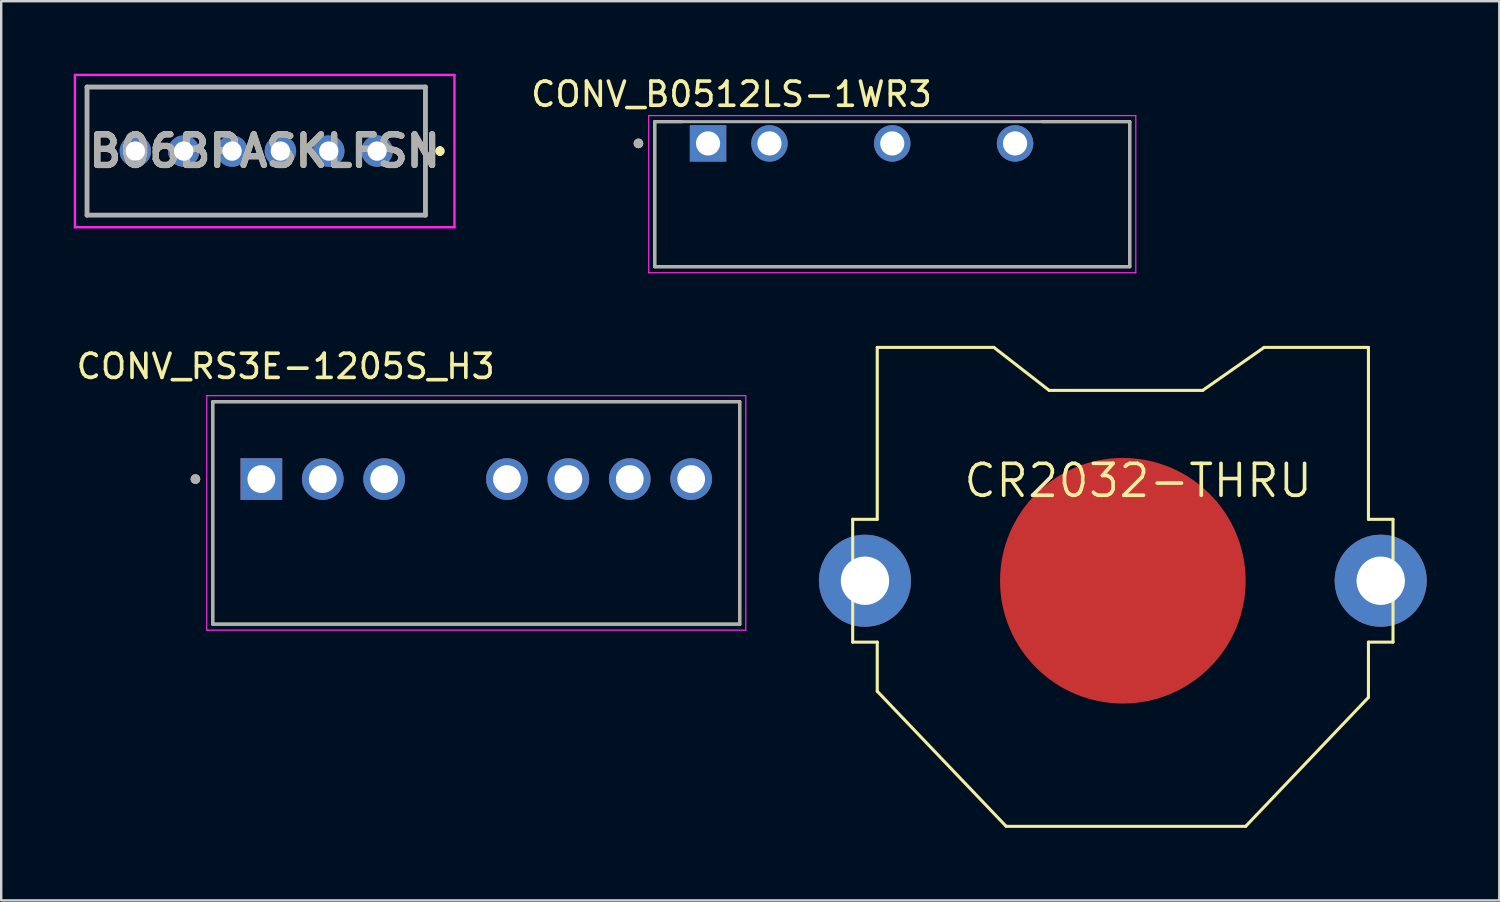
<source format=kicad_pcb>
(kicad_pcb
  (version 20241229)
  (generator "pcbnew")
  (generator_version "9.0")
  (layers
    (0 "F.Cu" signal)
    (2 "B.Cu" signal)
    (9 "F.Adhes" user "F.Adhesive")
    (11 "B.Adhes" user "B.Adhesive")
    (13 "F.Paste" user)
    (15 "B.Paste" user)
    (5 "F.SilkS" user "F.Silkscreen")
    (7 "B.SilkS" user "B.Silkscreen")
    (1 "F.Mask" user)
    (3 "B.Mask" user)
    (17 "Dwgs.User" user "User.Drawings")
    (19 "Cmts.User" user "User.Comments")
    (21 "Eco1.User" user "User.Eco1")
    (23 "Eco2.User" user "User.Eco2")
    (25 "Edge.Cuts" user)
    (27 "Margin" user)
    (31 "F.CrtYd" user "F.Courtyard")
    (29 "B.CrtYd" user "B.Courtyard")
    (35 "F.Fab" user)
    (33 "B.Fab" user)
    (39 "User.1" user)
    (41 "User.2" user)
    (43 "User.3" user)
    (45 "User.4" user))
  (footprint "B06BPASKLFSN"
    (layer "F.Cu")
    (at 12.55 3.2)
    (property "Reference" "B06BPASKLFSN" (at -4.65 0 0) (layer "F.SilkS") (effects (font (size 1.27 1.27) (thickness 0.254))))
    (attr through_hole)
    (fp_line (start -12 -2.65) (end 2 -2.65) (stroke (width 0.1) (type solid)) (layer "F.SilkS"))
    (fp_line (start -12 2.65) (end -12 -2.65) (stroke (width 0.1) (type solid)) (layer "F.SilkS"))
    (fp_line (start 2 -2.65) (end 2 2.65) (stroke (width 0.1) (type solid)) (layer "F.SilkS"))
    (fp_line (start 2 2.65) (end -12 2.65) (stroke (width 0.1) (type solid)) (layer "F.SilkS"))
    (fp_line (start 2.6 -0.1) (end 2.6 -0.1) (stroke (width 0.2) (type solid)) (layer "F.SilkS"))
    (fp_line (start 2.6 0.1) (end 2.6 0.1) (stroke (width 0.2) (type solid)) (layer "F.SilkS"))
    (fp_arc (start 2.6 -0.1) (mid 2.7 0) (end 2.6 0.1) (stroke (width 0.2) (type solid)) (layer "F.SilkS"))
    (fp_arc (start 2.6 0.1) (mid 2.5 0) (end 2.6 -0.1) (stroke (width 0.2) (type solid)) (layer "F.SilkS"))
    (fp_line (start -12.5 -3.15) (end 3.2 -3.15) (stroke (width 0.1) (type solid)) (layer "F.CrtYd"))
    (fp_line (start -12.5 3.15) (end -12.5 -3.15) (stroke (width 0.1) (type solid)) (layer "F.CrtYd"))
    (fp_line (start 3.2 -3.15) (end 3.2 3.15) (stroke (width 0.1) (type solid)) (layer "F.CrtYd"))
    (fp_line (start 3.2 3.15) (end -12.5 3.15) (stroke (width 0.1) (type solid)) (layer "F.CrtYd"))
    (fp_line (start -12 -2.65) (end 2 -2.65) (stroke (width 0.2) (type solid)) (layer "F.Fab"))
    (fp_line (start -12 2.65) (end -12 -2.65) (stroke (width 0.2) (type solid)) (layer "F.Fab"))
    (fp_line (start 2 -2.65) (end 2 2.65) (stroke (width 0.2) (type solid)) (layer "F.Fab"))
    (fp_line (start 2 2.65) (end -12 2.65) (stroke (width 0.2) (type solid)) (layer "F.Fab"))
    (fp_text user "${REFERENCE}" (at -4.65 0 0) (layer "F.Fab") (effects (font (size 1.27 1.27) (thickness 0.254))))
    (pad "1" thru_hole circle (at 0 0) (size 1.3 1.3) (drill 0.8) (layers "*.Cu" "*.Mask"))
    (pad "2" thru_hole circle (at -2 0) (size 1.3 1.3) (drill 0.8) (layers "*.Cu" "*.Mask"))
    (pad "3" thru_hole circle (at -4 0) (size 1.3 1.3) (drill 0.8) (layers "*.Cu" "*.Mask"))
    (pad "4" thru_hole circle (at -6 0) (size 1.3 1.3) (drill 0.8) (layers "*.Cu" "*.Mask"))
    (pad "5" thru_hole circle (at -8 0) (size 1.3 1.3) (drill 0.8) (layers "*.Cu" "*.Mask"))
    (pad "6" thru_hole circle (at -10 0) (size 1.3 1.3) (drill 0.8) (layers "*.Cu" "*.Mask")))
  (footprint "CR2032-THRU"
    (layer "F.Cu")
    (at 43.4 20.974)
    (property "Reference" "CR2032-THRU" (at 0.635 -4.14 0) (layer "F.SilkS") (effects (font (size 1.32 1.32) (thickness 0.15))))
    (attr through_hole)
    (fp_poly (pts (xy -7.62 0) (xy -7.61 0.399) (xy -7.578 0.797) (xy -7.526 1.192) (xy -7.453 1.584) (xy -7.36 1.972) (xy -7.247 2.355) (xy -7.114 2.731) (xy -6.961 3.099) (xy -6.789 3.459) (xy -6.599 3.81) (xy -6.391 4.15) (xy -6.165 4.479) (xy -5.922 4.795) (xy -5.663 5.099) (xy -5.388 5.388) (xy -5.099 5.663) (xy -4.795 5.922) (xy -4.479 6.165) (xy -4.15 6.391) (xy -3.81 6.599) (xy -3.459 6.789) (xy -3.099 6.961) (xy -2.731 7.114) (xy -2.355 7.247) (xy -1.972 7.36) (xy -1.584 7.453) (xy -1.192 7.526) (xy -0.797 7.578) (xy -0.399 7.61) (xy 0 7.62) (xy 0.399 7.61) (xy 0.797 7.578) (xy 1.192 7.526) (xy 1.584 7.453) (xy 1.972 7.36) (xy 2.355 7.247) (xy 2.731 7.114) (xy 3.099 6.961) (xy 3.459 6.789) (xy 3.81 6.599) (xy 4.15 6.391) (xy 4.479 6.165) (xy 4.795 5.922) (xy 5.099 5.663) (xy 5.388 5.388) (xy 5.663 5.099) (xy 5.922 4.795) (xy 6.165 4.479) (xy 6.391 4.15) (xy 6.599 3.81) (xy 6.789 3.459) (xy 6.961 3.099) (xy 7.114 2.731) (xy 7.247 2.355) (xy 7.36 1.972) (xy 7.453 1.584) (xy 7.526 1.192) (xy 7.578 0.797) (xy 7.61 0.399) (xy 7.62 0) (xy 7.61 -0.399) (xy 7.578 -0.797) (xy 7.526 -1.192) (xy 7.453 -1.584) (xy 7.36 -1.972) (xy 7.247 -2.355) (xy 7.114 -2.731) (xy 6.961 -3.099) (xy 6.789 -3.459) (xy 6.599 -3.81) (xy 6.391 -4.15) (xy 6.165 -4.479) (xy 5.922 -4.795) (xy 5.663 -5.099) (xy 5.388 -5.388) (xy 5.099 -5.663) (xy 4.795 -5.922) (xy 4.479 -6.165) (xy 4.15 -6.391) (xy 3.81 -6.599) (xy 3.459 -6.789) (xy 3.099 -6.961) (xy 2.731 -7.114) (xy 2.355 -7.247) (xy 1.972 -7.36) (xy 1.584 -7.453) (xy 1.192 -7.526) (xy 0.797 -7.578) (xy 0.399 -7.61) (xy 0 -7.62) (xy -0.399 -7.61) (xy -0.797 -7.578) (xy -1.192 -7.526) (xy -1.584 -7.453) (xy -1.972 -7.36) (xy -2.355 -7.247) (xy -2.731 -7.114) (xy -3.099 -6.961) (xy -3.459 -6.789) (xy -3.81 -6.599) (xy -4.15 -6.391) (xy -4.479 -6.165) (xy -4.795 -5.922) (xy -5.099 -5.663) (xy -5.388 -5.388) (xy -5.663 -5.099) (xy -5.922 -4.795) (xy -6.165 -4.479) (xy -6.391 -4.15) (xy -6.599 -3.81) (xy -6.789 -3.459) (xy -6.961 -3.099) (xy -7.114 -2.731) (xy -7.247 -2.355) (xy -7.36 -1.972) (xy -7.453 -1.584) (xy -7.526 -1.192) (xy -7.578 -0.797) (xy -7.61 -0.399) (xy -7.62 0)) (stroke (width 0.127) (type solid)) (fill yes) (layer "F.Mask"))
    (fp_line (start -11.176 -2.54) (end -11.176 2.54) (stroke (width 0.127) (type solid)) (layer "F.SilkS"))
    (fp_line (start -11.176 2.54) (end -10.16 2.54) (stroke (width 0.127) (type solid)) (layer "F.SilkS"))
    (fp_line (start -10.16 -9.652) (end -10.16 -2.54) (stroke (width 0.127) (type solid)) (layer "F.SilkS"))
    (fp_line (start -10.16 -2.54) (end -11.176 -2.54) (stroke (width 0.127) (type solid)) (layer "F.SilkS"))
    (fp_line (start -10.16 2.54) (end -10.16 4.572) (stroke (width 0.127) (type solid)) (layer "F.SilkS"))
    (fp_line (start -10.16 4.572) (end -4.826 10.16) (stroke (width 0.127) (type solid)) (layer "F.SilkS"))
    (fp_line (start -5.334 -9.652) (end -10.16 -9.652) (stroke (width 0.127) (type solid)) (layer "F.SilkS"))
    (fp_line (start -4.826 10.16) (end 5.08 10.16) (stroke (width 0.127) (type solid)) (layer "F.SilkS"))
    (fp_line (start -3.048 -7.874) (end -5.334 -9.652) (stroke (width 0.127) (type solid)) (layer "F.SilkS"))
    (fp_line (start 3.302 -7.874) (end -3.048 -7.874) (stroke (width 0.127) (type solid)) (layer "F.SilkS"))
    (fp_line (start 5.08 10.16) (end 10.16 4.826) (stroke (width 0.127) (type solid)) (layer "F.SilkS"))
    (fp_line (start 5.842 -9.652) (end 3.302 -7.874) (stroke (width 0.127) (type solid)) (layer "F.SilkS"))
    (fp_line (start 10.16 -9.652) (end 5.842 -9.652) (stroke (width 0.127) (type solid)) (layer "F.SilkS"))
    (fp_line (start 10.16 -2.54) (end 10.16 -9.652) (stroke (width 0.127) (type solid)) (layer "F.SilkS"))
    (fp_line (start 10.16 2.54) (end 11.176 2.54) (stroke (width 0.127) (type solid)) (layer "F.SilkS"))
    (fp_line (start 10.16 4.826) (end 10.16 2.54) (stroke (width 0.127) (type solid)) (layer "F.SilkS"))
    (fp_line (start 11.176 -2.54) (end 10.16 -2.54) (stroke (width 0.127) (type solid)) (layer "F.SilkS"))
    (fp_line (start 11.176 2.54) (end 11.176 -2.54) (stroke (width 0.127) (type solid)) (layer "F.SilkS"))
    (pad "+1" thru_hole circle (at -10.668 0) (size 3.81 3.81) (drill 2) (layers "*.Cu" "*.Mask"))
    (pad "+2" thru_hole circle (at 10.668 0) (size 3.81 3.81) (drill 2) (layers "*.Cu" "*.Mask"))
    (pad "-" smd circle (at 0 0) (size 10.16 10.16) (layers "F.Cu" "F.Mask" "F.Paste")))
  (footprint "CONV_B0512LS-1WR3"
    (layer "F.Cu")
    (at 33.861 4.983)
    (property "Reference" "CONV_B0512LS-1WR3" (at -6.65 -4.135 0) (layer "F.SilkS") (effects (font (size 1 1) (thickness 0.15))))
    (attr through_hole)
    (fp_line (start -9.825 -3) (end -8.7 -3) (stroke (width 0.127) (type solid)) (layer "F.SilkS"))
    (fp_line (start -9.825 3) (end -9.825 -3) (stroke (width 0.127) (type solid)) (layer "F.SilkS"))
    (fp_line (start 6.2 -3) (end 9.825 -3) (stroke (width 0.127) (type solid)) (layer "F.SilkS"))
    (fp_line (start 9.825 -3) (end 9.825 3) (stroke (width 0.127) (type solid)) (layer "F.SilkS"))
    (fp_line (start 9.825 3) (end -9.825 3) (stroke (width 0.127) (type solid)) (layer "F.SilkS"))
    (fp_circle (center -10.5 -2.1) (end -10.4 -2.1) (stroke (width 0.2) (type solid)) (fill no) (layer "F.SilkS"))
    (fp_line (start -10.075 -3.25) (end 10.075 -3.25) (stroke (width 0.05) (type solid)) (layer "F.CrtYd"))
    (fp_line (start -10.075 3.25) (end -10.075 -3.25) (stroke (width 0.05) (type solid)) (layer "F.CrtYd"))
    (fp_line (start 10.075 -3.25) (end 10.075 3.25) (stroke (width 0.05) (type solid)) (layer "F.CrtYd"))
    (fp_line (start 10.075 3.25) (end -10.075 3.25) (stroke (width 0.05) (type solid)) (layer "F.CrtYd"))
    (fp_line (start -9.825 -3) (end -9.825 3) (stroke (width 0.127) (type solid)) (layer "F.Fab"))
    (fp_line (start -9.825 -3) (end 9.825 -3) (stroke (width 0.127) (type solid)) (layer "F.Fab"))
    (fp_line (start -9.825 3) (end 9.825 3) (stroke (width 0.127) (type solid)) (layer "F.Fab"))
    (fp_line (start 9.825 3) (end 9.825 -3) (stroke (width 0.127) (type solid)) (layer "F.Fab"))
    (fp_circle (center -10.5 -2.1) (end -10.4 -2.1) (stroke (width 0.2) (type solid)) (fill no) (layer "F.Fab"))
    (pad "1" thru_hole rect (at -7.62 -2.1) (size 1.508 1.508) (drill 1) (layers "*.Cu" "*.Mask"))
    (pad "2" thru_hole circle (at -5.08 -2.1) (size 1.508 1.508) (drill 1) (layers "*.Cu" "*.Mask"))
    (pad "4" thru_hole circle (at 0 -2.1) (size 1.508 1.508) (drill 1) (layers "*.Cu" "*.Mask"))
    (pad "6" thru_hole circle (at 5.08 -2.1) (size 1.508 1.508) (drill 1) (layers "*.Cu" "*.Mask")))
  (footprint "CONV_RS3E-1205S_H3"
    (layer "F.Cu")
    (at 16.652 18.169)
    (property "Reference" "CONV_RS3E-1205S_H3" (at -7.884 -6.063 0) (layer "F.SilkS") (effects (font (size 1 1) (thickness 0.15))))
    (attr through_hole)
    (fp_line (start -10.9 -4.6) (end 10.9 -4.6) (stroke (width 0.127) (type solid)) (layer "F.SilkS"))
    (fp_line (start -10.9 4.6) (end -10.9 -4.6) (stroke (width 0.127) (type solid)) (layer "F.SilkS"))
    (fp_line (start 10.9 -4.6) (end 10.9 4.6) (stroke (width 0.127) (type solid)) (layer "F.SilkS"))
    (fp_line (start 10.9 4.6) (end -10.9 4.6) (stroke (width 0.127) (type solid)) (layer "F.SilkS"))
    (fp_circle (center -11.617 -1.4) (end -11.517 -1.4) (stroke (width 0.2) (type solid)) (fill no) (layer "F.SilkS"))
    (fp_line (start -11.15 -4.85) (end 11.15 -4.85) (stroke (width 0.05) (type solid)) (layer "F.CrtYd"))
    (fp_line (start -11.15 4.85) (end -11.15 -4.85) (stroke (width 0.05) (type solid)) (layer "F.CrtYd"))
    (fp_line (start 11.15 -4.85) (end 11.15 4.85) (stroke (width 0.05) (type solid)) (layer "F.CrtYd"))
    (fp_line (start 11.15 4.85) (end -11.15 4.85) (stroke (width 0.05) (type solid)) (layer "F.CrtYd"))
    (fp_line (start -10.9 -4.6) (end 10.9 -4.6) (stroke (width 0.127) (type solid)) (layer "F.Fab"))
    (fp_line (start -10.9 4.6) (end -10.9 -4.6) (stroke (width 0.127) (type solid)) (layer "F.Fab"))
    (fp_line (start 10.9 -4.6) (end 10.9 4.6) (stroke (width 0.127) (type solid)) (layer "F.Fab"))
    (fp_line (start 10.9 4.6) (end -10.9 4.6) (stroke (width 0.127) (type solid)) (layer "F.Fab"))
    (fp_circle (center -11.617 -1.4) (end -11.517 -1.4) (stroke (width 0.2) (type solid)) (fill no) (layer "F.Fab"))
    (pad "1" thru_hole rect (at -8.89 -1.4) (size 1.725 1.725) (drill 1.15) (layers "*.Cu" "*.Mask"))
    (pad "2" thru_hole circle (at -6.35 -1.4) (size 1.725 1.725) (drill 1.15) (layers "*.Cu" "*.Mask"))
    (pad "3" thru_hole circle (at -3.81 -1.4) (size 1.725 1.725) (drill 1.15) (layers "*.Cu" "*.Mask"))
    (pad "5" thru_hole circle (at 1.27 -1.4) (size 1.725 1.725) (drill 1.15) (layers "*.Cu" "*.Mask"))
    (pad "6" thru_hole circle (at 3.81 -1.4) (size 1.725 1.725) (drill 1.15) (layers "*.Cu" "*.Mask"))
    (pad "7" thru_hole circle (at 6.35 -1.4) (size 1.725 1.725) (drill 1.15) (layers "*.Cu" "*.Mask"))
    (pad "8" thru_hole circle (at 8.89 -1.4) (size 1.725 1.725) (drill 1.15) (layers "*.Cu" "*.Mask")))
  (gr_rect
    (start -3 -3)
    (end 58.973 34.197)
    (stroke (width 0.1) (type default))
    (fill no)
    (layer "Edge.Cuts")))
</source>
